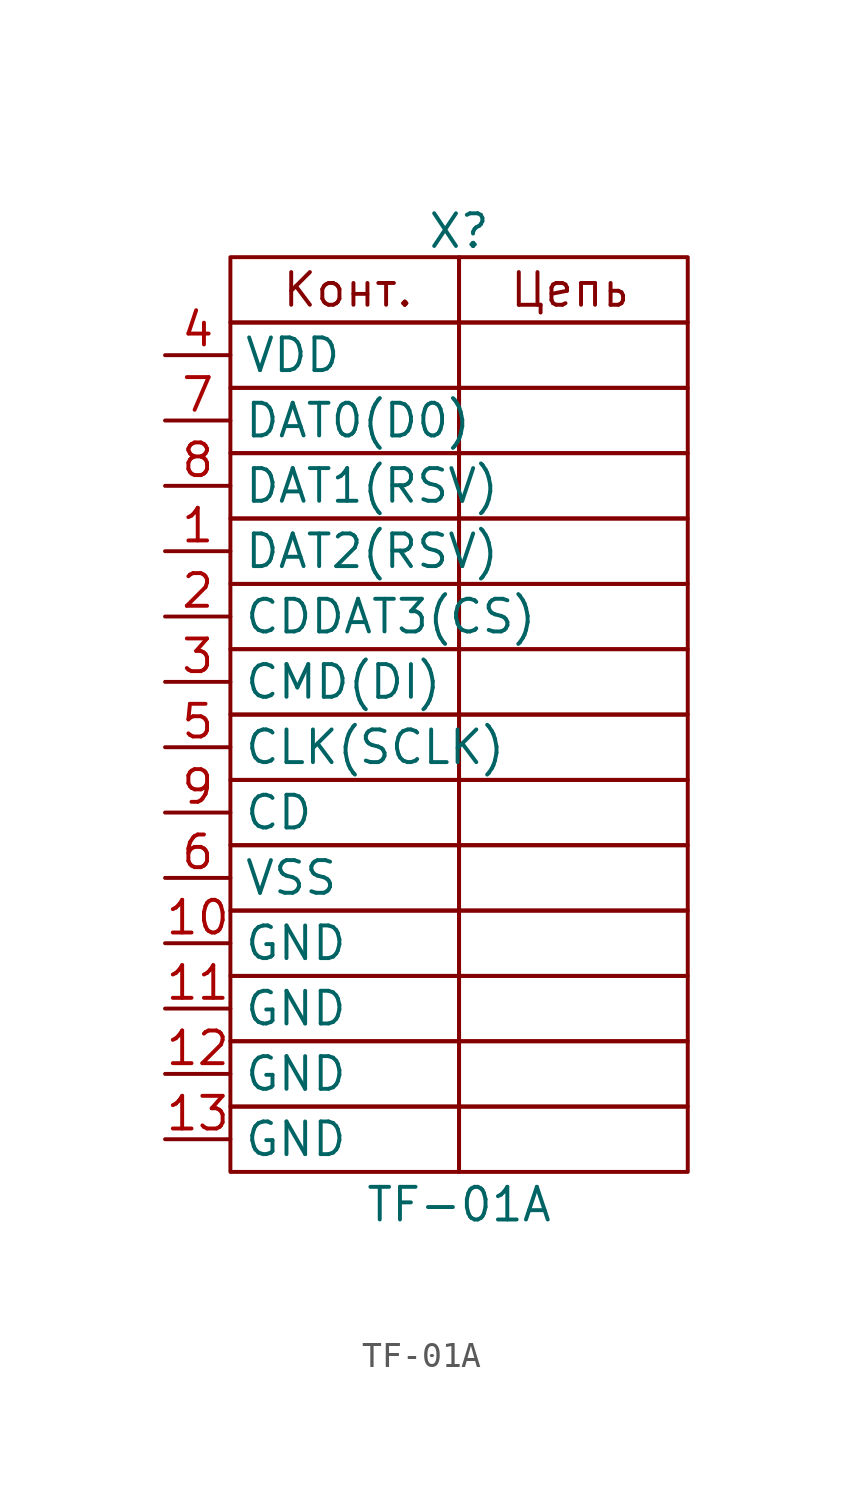
<source format=kicad_sym>
(kicad_symbol_lib
  (version 20241209)
  (generator "kicad_symbol_editor")
  (generator_version "9.0")
  (symbol "TF-01A"
    (property "Reference" "X"
      (at -2.54 14.986 0)
      (effects (font (size 1.27 1.27))))
    (property "Value" "TF-01A"
      (at -2.54 -22.86 0)
      (effects (font (size 1.27 1.27))))
    (symbol "TF-01A_0_1"
      (rectangle (start -11.43 13.97) (end -2.54 11.43) (stroke (width 0) (type default)) (fill (type none)))
      (rectangle (start -11.43 11.43) (end -2.54 8.89) (stroke (width 0) (type default)) (fill (type none)))
      (rectangle (start -11.43 8.89) (end -2.54 6.35) (stroke (width 0) (type default)) (fill (type none)))
      (rectangle (start -11.43 6.35) (end -2.54 3.81) (stroke (width 0) (type default)) (fill (type none)))
      (rectangle (start -11.43 3.81) (end -2.54 1.27) (stroke (width 0) (type default)) (fill (type none)))
      (rectangle (start -11.43 1.27) (end -2.54 -1.27) (stroke (width 0) (type default)) (fill (type none)))
      (rectangle (start -11.43 -1.27) (end -2.54 -3.81) (stroke (width 0) (type default)) (fill (type none)))
      (rectangle (start -11.43 -3.81) (end -2.54 -6.35) (stroke (width 0) (type default)) (fill (type none)))
      (rectangle (start -11.43 -6.35) (end -2.54 -8.89) (stroke (width 0) (type default)) (fill (type none)))
      (rectangle (start -11.43 -8.89) (end -2.54 -11.43) (stroke (width 0) (type default)) (fill (type none)))
      (rectangle (start -11.43 -11.43) (end -2.54 -13.97) (stroke (width 0) (type default)) (fill (type none)))
      (rectangle (start -11.43 -13.97) (end -2.54 -16.51) (stroke (width 0) (type default)) (fill (type none)))
      (rectangle (start -11.43 -16.51) (end -2.54 -19.05) (stroke (width 0) (type default)) (fill (type none)))
      (rectangle (start -11.43 -19.05) (end -2.54 -21.59) (stroke (width 0) (type default)) (fill (type none)))
      (rectangle (start -2.54 13.97) (end 6.35 11.43) (stroke (width 0) (type default)) (fill (type none)))
      (rectangle (start -2.54 11.43) (end 6.35 8.89) (stroke (width 0) (type default)) (fill (type none)))
      (rectangle (start -2.54 8.89) (end 6.35 6.35) (stroke (width 0) (type default)) (fill (type none)))
      (rectangle (start -2.54 6.35) (end 6.35 3.81) (stroke (width 0) (type default)) (fill (type none)))
      (rectangle (start -2.54 3.81) (end 6.35 1.27) (stroke (width 0) (type default)) (fill (type none)))
      (rectangle (start -2.54 1.27) (end 6.35 -1.27) (stroke (width 0) (type default)) (fill (type none)))
      (rectangle (start -2.54 -1.27) (end 6.35 -3.81) (stroke (width 0) (type default)) (fill (type none)))
      (rectangle (start -2.54 -3.81) (end 6.35 -6.35) (stroke (width 0) (type default)) (fill (type none)))
      (rectangle (start -2.54 -6.35) (end 6.35 -8.89) (stroke (width 0) (type default)) (fill (type none)))
      (rectangle (start -2.54 -8.89) (end 6.35 -11.43) (stroke (width 0) (type default)) (fill (type none)))
      (rectangle (start -2.54 -11.43) (end 6.35 -13.97) (stroke (width 0) (type default)) (fill (type none)))
      (rectangle (start -2.54 -13.97) (end 6.35 -16.51) (stroke (width 0) (type default)) (fill (type none)))
      (rectangle (start -2.54 -16.51) (end 6.35 -19.05) (stroke (width 0) (type default)) (fill (type none)))
      (rectangle (start -2.54 -19.05) (end 6.35 -21.59) (stroke (width 0) (type default)) (fill (type none))))
    (symbol "TF-01A_1_0"
      (pin input line (at -13.97 10.16 0) (length 2.54) (name "VDD" (effects (font (size 1.27 1.27)))) (number "4" (effects (font (size 1.27 1.27)))))
      (pin bidirectional line (at -13.97 7.62 0) (length 2.54) (name "DAT0(D0)" (effects (font (size 1.27 1.27)))) (number "7" (effects (font (size 1.27 1.27)))))
      (pin bidirectional line (at -13.97 5.08 0) (length 2.54) (name "DAT1(RSV)" (effects (font (size 1.27 1.27)))) (number "8" (effects (font (size 1.27 1.27)))))
      (pin bidirectional line (at -13.97 2.54 0) (length 2.54) (name "DAT2(RSV)" (effects (font (size 1.27 1.27)))) (number "1" (effects (font (size 1.27 1.27)))))
      (pin bidirectional line (at -13.97 0 0) (length 2.54) (name "CDDAT3(CS)" (effects (font (size 1.27 1.27)))) (number "2" (effects (font (size 1.27 1.27)))))
      (pin input line (at -13.97 -2.54 0) (length 2.54) (name "CMD(DI)" (effects (font (size 1.27 1.27)))) (number "3" (effects (font (size 1.27 1.27)))))
      (pin input line (at -13.97 -5.08 0) (length 2.54) (name "CLK(SCLK)" (effects (font (size 1.27 1.27)))) (number "5" (effects (font (size 1.27 1.27)))))
      (pin input line (at -13.97 -7.62 0) (length 2.54) (name "CD" (effects (font (size 1.27 1.27)))) (number "9" (effects (font (size 1.27 1.27)))))
      (pin input line (at -13.97 -10.16 0) (length 2.54) (name "VSS" (effects (font (size 1.27 1.27)))) (number "6" (effects (font (size 1.27 1.27)))))
      (pin input line (at -13.97 -12.7 0) (length 2.54) (name "GND" (effects (font (size 1.27 1.27)))) (number "10" (effects (font (size 1.27 1.27)))))
      (pin input line (at -13.97 -15.24 0) (length 2.54) (name "GND" (effects (font (size 1.27 1.27)))) (number "11" (effects (font (size 1.27 1.27)))))
      (pin input line (at -13.97 -17.78 0) (length 2.54) (name "GND" (effects (font (size 1.27 1.27)))) (number "12" (effects (font (size 1.27 1.27)))))
      (pin input line (at -13.97 -20.32 0) (length 2.54) (name "GND" (effects (font (size 1.27 1.27)))) (number "13" (effects (font (size 1.27 1.27))))))
    (symbol "TF-01A_1_1"
      (text "Конт." (at -6.858 12.7 0) (effects (font (size 1.27 1.27))))
      (text "Цепь" (at 1.778 12.7 0) (effects (font (size 1.27 1.27)))))))
</source>
